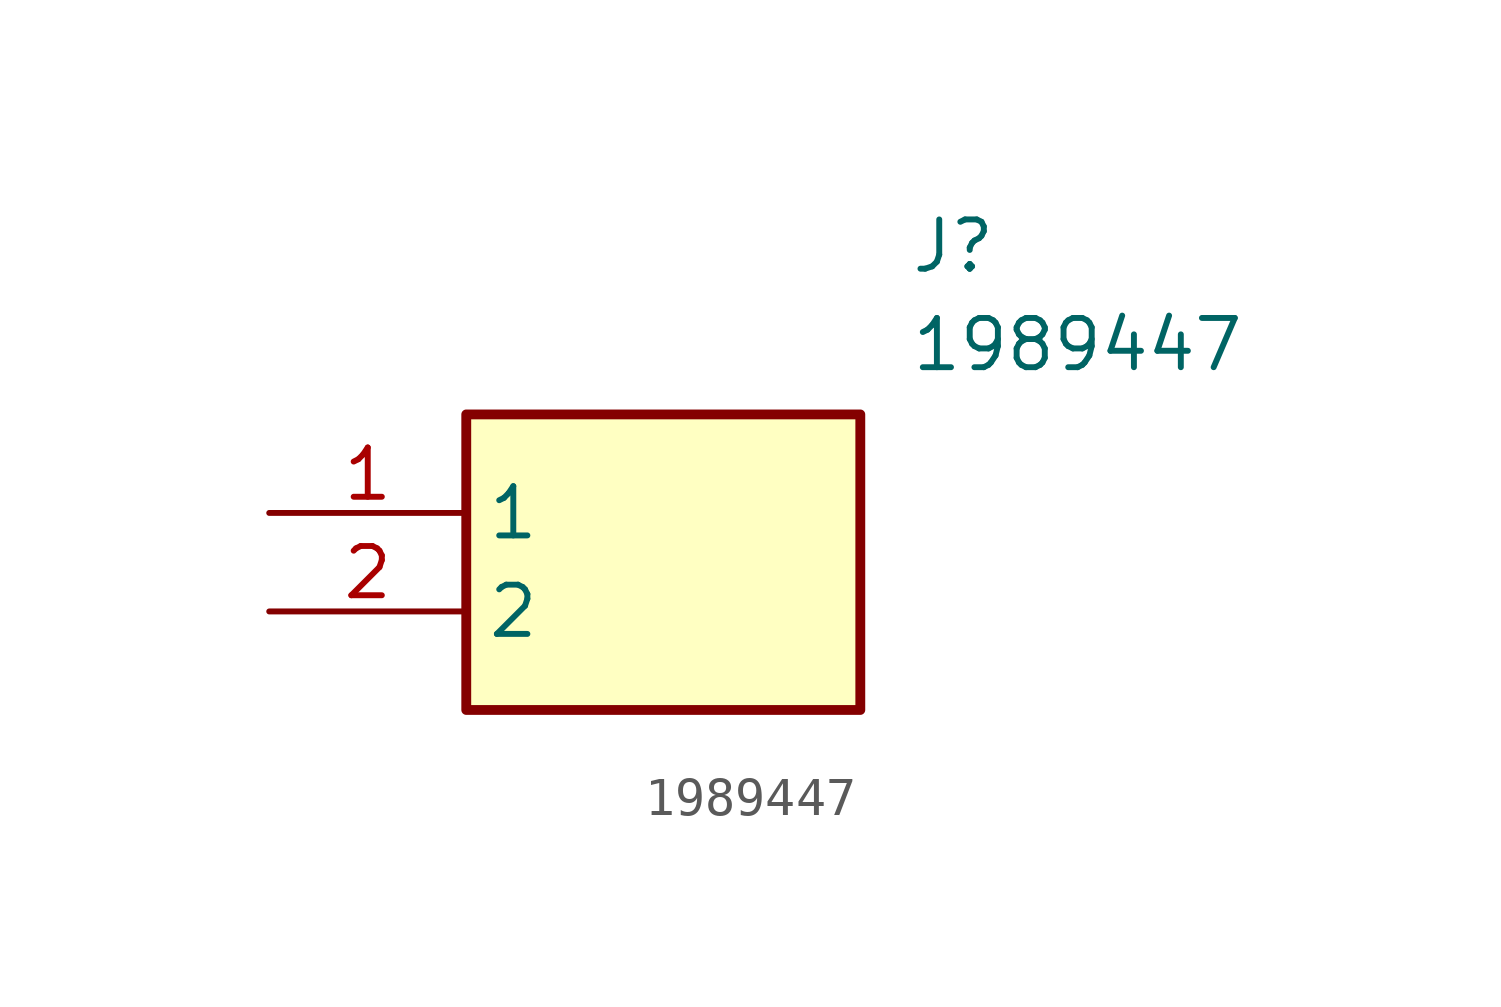
<source format=kicad_sym>
(kicad_symbol_lib
  (version 20211014)
  (generator SamacSys_ECAD_Model)
  (symbol "1989447"
    (property "Reference" "J"
      (at 16.51 7.62 0)
      (effects (font (size 1.27 1.27)) (justify left top)))
    (property "Value" "1989447"
      (at 16.51 5.08 0)
      (effects (font (size 1.27 1.27)) (justify left top)))
    (rectangle
      (start 5.08 2.54)
      (end 15.24 -5.08)
      (stroke (width 0.254) (type default))
      (fill (type background)))
    (pin passive line
      (at 0 0 0)
      (length 5.08)
      (name "1" (effects (font (size 1.27 1.27))))
      (number "1" (effects (font (size 1.27 1.27)))))
    (pin passive line
      (at 0 -2.54 0)
      (length 5.08)
      (name "2" (effects (font (size 1.27 1.27))))
      (number "2" (effects (font (size 1.27 1.27)))))))
</source>
